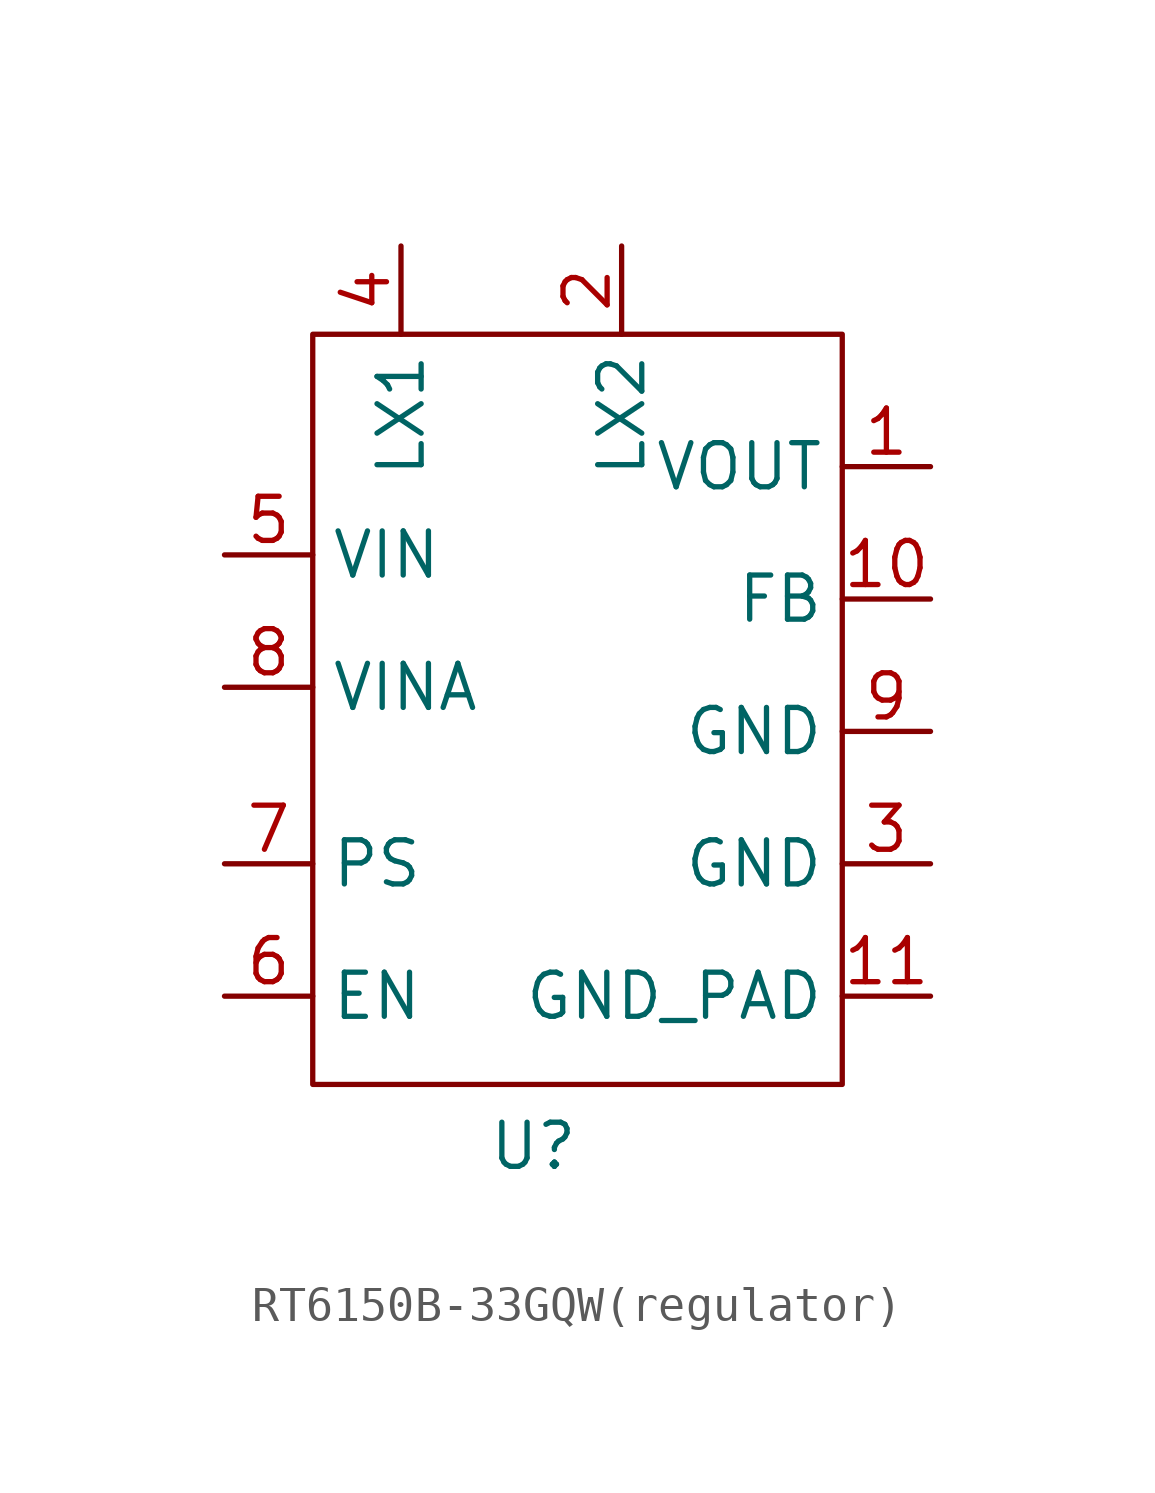
<source format=kicad_sym>
(kicad_symbol_lib
  (version 20241209)
  (generator "kicad_symbol_editor")
  (generator_version "9.0")
  (symbol "RT6150B-33GQW(regulator)"
    (property "Reference" "U"
      (at -1.27 -17.018 0)
      (effects (font (size 1.27 1.27))))
    (property "Value" ""
      (at 0 0 0)
      (effects (font (size 1.27 1.27))))
    (symbol "RT6150B-33GQW(regulator)_0_1"
      (rectangle (start -7.62 6.35) (end 7.62 -15.24) (stroke (width 0) (type default)) (fill (type none))))
    (symbol "RT6150B-33GQW(regulator)_1_1"
      (pin input line (at -10.16 0 0) (length 2.54) (name "VIN" (effects (font (size 1.27 1.27)))) (number "5" (effects (font (size 1.27 1.27)))))
      (pin input line (at -10.16 -3.81 0) (length 2.54) (name "VINA" (effects (font (size 1.27 1.27)))) (number "8" (effects (font (size 1.27 1.27)))))
      (pin passive line (at -10.16 -8.89 0) (length 2.54) (name "PS" (effects (font (size 1.27 1.27)))) (number "7" (effects (font (size 1.27 1.27)))))
      (pin passive line (at -10.16 -12.7 0) (length 2.54) (name "EN" (effects (font (size 1.27 1.27)))) (number "6" (effects (font (size 1.27 1.27)))))
      (pin passive line (at -5.08 8.89 270) (length 2.54) (name "LX1" (effects (font (size 1.27 1.27)))) (number "4" (effects (font (size 1.27 1.27)))))
      (pin passive line (at 1.27 8.89 270) (length 2.54) (name "LX2" (effects (font (size 1.27 1.27)))) (number "2" (effects (font (size 1.27 1.27)))))
      (pin passive line (at 10.16 2.54 180) (length 2.54) (name "VOUT" (effects (font (size 1.27 1.27)))) (number "1" (effects (font (size 1.27 1.27)))))
      (pin passive line (at 10.16 -1.27 180) (length 2.54) (name "FB" (effects (font (size 1.27 1.27)))) (number "10" (effects (font (size 1.27 1.27)))))
      (pin passive line (at 10.16 -5.08 180) (length 2.54) (name "GND" (effects (font (size 1.27 1.27)))) (number "9" (effects (font (size 1.27 1.27)))))
      (pin passive line (at 10.16 -8.89 180) (length 2.54) (name "GND" (effects (font (size 1.27 1.27)))) (number "3" (effects (font (size 1.27 1.27)))))
      (pin passive line (at 10.16 -12.7 180) (length 2.54) (name "GND_PAD" (effects (font (size 1.27 1.27)))) (number "11" (effects (font (size 1.27 1.27))))))))
</source>
